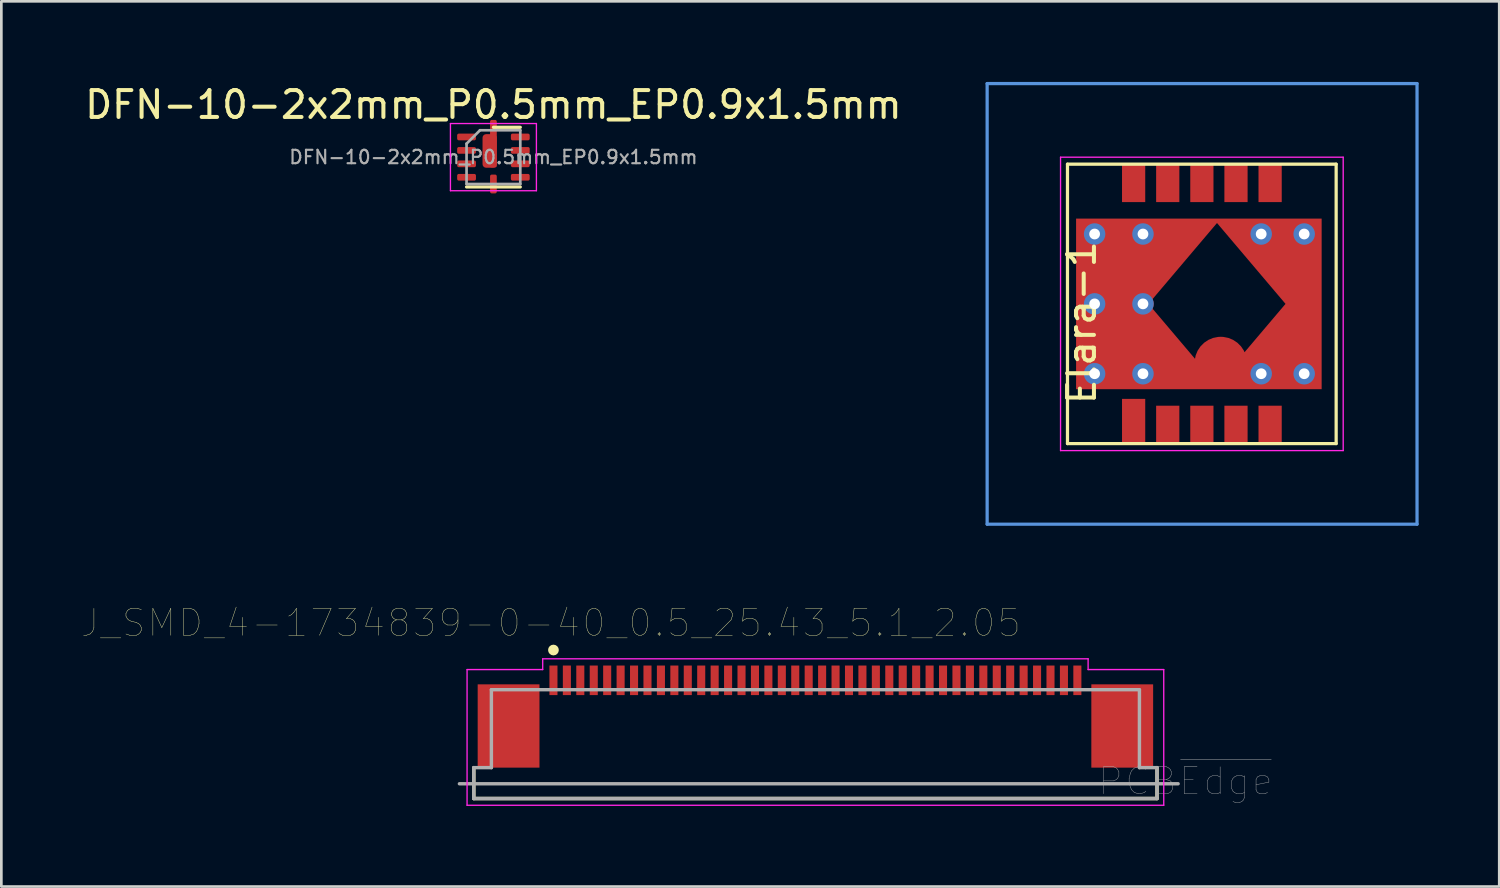
<source format=kicad_pcb>
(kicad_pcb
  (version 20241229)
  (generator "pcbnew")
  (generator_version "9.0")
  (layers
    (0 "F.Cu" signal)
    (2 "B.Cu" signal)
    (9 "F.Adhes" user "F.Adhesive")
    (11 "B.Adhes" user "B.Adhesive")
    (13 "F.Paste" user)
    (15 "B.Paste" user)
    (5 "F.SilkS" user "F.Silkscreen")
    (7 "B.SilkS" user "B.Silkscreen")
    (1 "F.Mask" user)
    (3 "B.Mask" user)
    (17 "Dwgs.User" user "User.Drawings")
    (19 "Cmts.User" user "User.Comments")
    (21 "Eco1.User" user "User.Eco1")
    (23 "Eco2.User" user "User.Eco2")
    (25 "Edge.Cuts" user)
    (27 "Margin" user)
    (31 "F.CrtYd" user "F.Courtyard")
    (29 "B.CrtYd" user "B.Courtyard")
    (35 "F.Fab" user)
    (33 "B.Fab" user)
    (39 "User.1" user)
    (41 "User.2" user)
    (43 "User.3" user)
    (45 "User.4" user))
  (footprint "J_SMD_4-1734839-0-40_0.5_25.43_5.1_2.05"
    (layer "F.Cu")
    (at 27.299 22.271)
    (property "Reference" "J_SMD_4-1734839-0-40_0.5_25.43_5.1_2.05" (at -9.844 -2.139 0) (layer "F.SilkS") (effects (font (size 1.002 1.002) (thickness 0.015))))
    (attr through_hole)
    (fp_line (start -12.715 3.25) (end -12.715 4.4) (stroke (width 0.127) (type solid)) (layer "F.SilkS"))
    (fp_line (start -12.715 4.4) (end 12.715 4.4) (stroke (width 0.127) (type solid)) (layer "F.SilkS"))
    (fp_line (start 12.715 4.4) (end 12.715 3.25) (stroke (width 0.127) (type solid)) (layer "F.SilkS"))
    (fp_circle (center -9.75 -1.127) (end -9.65 -1.127) (stroke (width 0.2) (type solid)) (fill no) (layer "F.SilkS"))
    (fp_line (start -12.965 -0.4) (end -10.15 -0.4) (stroke (width 0.05) (type solid)) (layer "F.CrtYd"))
    (fp_line (start -12.965 4.65) (end -12.965 -0.4) (stroke (width 0.05) (type solid)) (layer "F.CrtYd"))
    (fp_line (start -10.15 -0.8) (end 10.15 -0.8) (stroke (width 0.05) (type solid)) (layer "F.CrtYd"))
    (fp_line (start -10.15 -0.4) (end -10.15 -0.8) (stroke (width 0.05) (type solid)) (layer "F.CrtYd"))
    (fp_line (start 10.15 -0.8) (end 10.15 -0.4) (stroke (width 0.05) (type solid)) (layer "F.CrtYd"))
    (fp_line (start 10.15 -0.4) (end 12.965 -0.4) (stroke (width 0.05) (type solid)) (layer "F.CrtYd"))
    (fp_line (start 12.965 -0.4) (end 12.965 4.65) (stroke (width 0.05) (type solid)) (layer "F.CrtYd"))
    (fp_line (start 12.965 4.65) (end -12.965 4.65) (stroke (width 0.05) (type solid)) (layer "F.CrtYd"))
    (fp_line (start -13.25 3.85) (end 13.5 3.85) (stroke (width 0.127) (type solid)) (layer "F.Fab"))
    (fp_line (start -12.715 3.25) (end -12.715 4.4) (stroke (width 0.127) (type solid)) (layer "F.Fab"))
    (fp_line (start -12.715 4.4) (end 12.715 4.4) (stroke (width 0.127) (type solid)) (layer "F.Fab"))
    (fp_line (start -12.06 0.35) (end -12.06 3.25) (stroke (width 0.127) (type solid)) (layer "F.Fab"))
    (fp_line (start -12.06 3.25) (end -12.715 3.25) (stroke (width 0.127) (type solid)) (layer "F.Fab"))
    (fp_line (start 12.06 0.35) (end -12.06 0.35) (stroke (width 0.127) (type solid)) (layer "F.Fab"))
    (fp_line (start 12.06 3.25) (end 12.06 0.35) (stroke (width 0.127) (type solid)) (layer "F.Fab"))
    (fp_line (start 12.715 3.25) (end 12.06 3.25) (stroke (width 0.127) (type solid)) (layer "F.Fab"))
    (fp_line (start 12.715 4.4) (end 12.715 3.25) (stroke (width 0.127) (type solid)) (layer "F.Fab"))
    (fp_text user "PCB~{Edge}" (at 13.776 3.757 0) (layer "F.Fab") (effects (font (size 1.002 1.002) (thickness 0.015))))
    (pad "1" smd rect (at -9.75 0) (size 0.3 1.1) (layers "F.Cu" "F.Mask" "F.Paste"))
    (pad "2" smd rect (at -9.25 0) (size 0.3 1.1) (layers "F.Cu" "F.Mask" "F.Paste"))
    (pad "3" smd rect (at -8.75 0) (size 0.3 1.1) (layers "F.Cu" "F.Mask" "F.Paste"))
    (pad "4" smd rect (at -8.25 0) (size 0.3 1.1) (layers "F.Cu" "F.Mask" "F.Paste"))
    (pad "5" smd rect (at -7.75 0) (size 0.3 1.1) (layers "F.Cu" "F.Mask" "F.Paste"))
    (pad "6" smd rect (at -7.25 0) (size 0.3 1.1) (layers "F.Cu" "F.Mask" "F.Paste"))
    (pad "7" smd rect (at -6.75 0) (size 0.3 1.1) (layers "F.Cu" "F.Mask" "F.Paste"))
    (pad "8" smd rect (at -6.25 0) (size 0.3 1.1) (layers "F.Cu" "F.Mask" "F.Paste"))
    (pad "9" smd rect (at -5.75 0) (size 0.3 1.1) (layers "F.Cu" "F.Mask" "F.Paste"))
    (pad "10" smd rect (at -5.25 0) (size 0.3 1.1) (layers "F.Cu" "F.Mask" "F.Paste"))
    (pad "11" smd rect (at -4.75 0) (size 0.3 1.1) (layers "F.Cu" "F.Mask" "F.Paste"))
    (pad "12" smd rect (at -4.25 0) (size 0.3 1.1) (layers "F.Cu" "F.Mask" "F.Paste"))
    (pad "13" smd rect (at -3.75 0) (size 0.3 1.1) (layers "F.Cu" "F.Mask" "F.Paste"))
    (pad "14" smd rect (at -3.25 0) (size 0.3 1.1) (layers "F.Cu" "F.Mask" "F.Paste"))
    (pad "15" smd rect (at -2.75 0) (size 0.3 1.1) (layers "F.Cu" "F.Mask" "F.Paste"))
    (pad "16" smd rect (at -2.25 0) (size 0.3 1.1) (layers "F.Cu" "F.Mask" "F.Paste"))
    (pad "17" smd rect (at -1.75 0) (size 0.3 1.1) (layers "F.Cu" "F.Mask" "F.Paste"))
    (pad "18" smd rect (at -1.25 0) (size 0.3 1.1) (layers "F.Cu" "F.Mask" "F.Paste"))
    (pad "19" smd rect (at -0.75 0) (size 0.3 1.1) (layers "F.Cu" "F.Mask" "F.Paste"))
    (pad "20" smd rect (at -0.25 0) (size 0.3 1.1) (layers "F.Cu" "F.Mask" "F.Paste"))
    (pad "21" smd rect (at 0.25 0) (size 0.3 1.1) (layers "F.Cu" "F.Mask" "F.Paste"))
    (pad "22" smd rect (at 0.75 0) (size 0.3 1.1) (layers "F.Cu" "F.Mask" "F.Paste"))
    (pad "23" smd rect (at 1.25 0) (size 0.3 1.1) (layers "F.Cu" "F.Mask" "F.Paste"))
    (pad "24" smd rect (at 1.75 0) (size 0.3 1.1) (layers "F.Cu" "F.Mask" "F.Paste"))
    (pad "25" smd rect (at 2.25 0) (size 0.3 1.1) (layers "F.Cu" "F.Mask" "F.Paste"))
    (pad "26" smd rect (at 2.75 0) (size 0.3 1.1) (layers "F.Cu" "F.Mask" "F.Paste"))
    (pad "27" smd rect (at 3.25 0) (size 0.3 1.1) (layers "F.Cu" "F.Mask" "F.Paste"))
    (pad "28" smd rect (at 3.75 0) (size 0.3 1.1) (layers "F.Cu" "F.Mask" "F.Paste"))
    (pad "29" smd rect (at 4.25 0) (size 0.3 1.1) (layers "F.Cu" "F.Mask" "F.Paste"))
    (pad "30" smd rect (at 4.75 0) (size 0.3 1.1) (layers "F.Cu" "F.Mask" "F.Paste"))
    (pad "31" smd rect (at 5.25 0) (size 0.3 1.1) (layers "F.Cu" "F.Mask" "F.Paste"))
    (pad "32" smd rect (at 5.75 0) (size 0.3 1.1) (layers "F.Cu" "F.Mask" "F.Paste"))
    (pad "33" smd rect (at 6.25 0) (size 0.3 1.1) (layers "F.Cu" "F.Mask" "F.Paste"))
    (pad "34" smd rect (at 6.75 0) (size 0.3 1.1) (layers "F.Cu" "F.Mask" "F.Paste"))
    (pad "35" smd rect (at 7.25 0) (size 0.3 1.1) (layers "F.Cu" "F.Mask" "F.Paste"))
    (pad "36" smd rect (at 7.75 0) (size 0.3 1.1) (layers "F.Cu" "F.Mask" "F.Paste"))
    (pad "37" smd rect (at 8.25 0) (size 0.3 1.1) (layers "F.Cu" "F.Mask" "F.Paste"))
    (pad "38" smd rect (at 8.75 0) (size 0.3 1.1) (layers "F.Cu" "F.Mask" "F.Paste"))
    (pad "39" smd rect (at 9.25 0) (size 0.3 1.1) (layers "F.Cu" "F.Mask" "F.Paste"))
    (pad "40" smd rect (at 9.75 0) (size 0.3 1.1) (layers "F.Cu" "F.Mask" "F.Paste"))
    (pad "SH" smd rect (at -11.42 1.7) (size 2.3 3.1) (layers "F.Cu" "F.Mask" "F.Paste"))
    (pad "SH" smd rect (at 11.42 1.7) (size 2.3 3.1) (layers "F.Cu" "F.Mask" "F.Paste")))
  (footprint "Elara-1"
    (layer "F.Cu")
    (at 41.783 8.061)
    (property "Reference" "Elara-1" (at -4.572 0.9 90) (layer "F.SilkS") (effects (font (size 1 1) (thickness 0.15))))
    (attr smd)
    (fp_line (start -5.102 -5.001) (end 4.898 -5.001) (stroke (width 0.12) (type solid)) (layer "F.SilkS"))
    (fp_line (start -5.102 5.399) (end -5.102 -5.001) (stroke (width 0.12) (type solid)) (layer "F.SilkS"))
    (fp_line (start -5.102 5.399) (end 4.898 5.399) (stroke (width 0.12) (type solid)) (layer "F.SilkS"))
    (fp_line (start 4.898 5.399) (end 4.898 -5.001) (stroke (width 0.12) (type solid)) (layer "F.SilkS"))
    (fp_line (start -8.092 -8.001) (end -8.092 8.399) (stroke (width 0.12) (type solid)) (layer "Cmts.User"))
    (fp_line (start -8.092 8.399) (end 7.908 8.399) (stroke (width 0.12) (type solid)) (layer "Cmts.User"))
    (fp_line (start 7.908 -8.001) (end -8.092 -8.001) (stroke (width 0.12) (type solid)) (layer "Cmts.User"))
    (fp_line (start 7.908 8.399) (end 7.908 -8.001) (stroke (width 0.12) (type solid)) (layer "Cmts.User"))
    (fp_line (start -5.36 -5.26) (end 5.16 -5.26) (stroke (width 0.05) (type solid)) (layer "F.CrtYd"))
    (fp_line (start -5.36 5.66) (end -5.36 -5.26) (stroke (width 0.05) (type solid)) (layer "F.CrtYd"))
    (fp_line (start 5.158 5.66) (end -5.36 5.66) (stroke (width 0.05) (type solid)) (layer "F.CrtYd"))
    (fp_line (start 5.16 -5.26) (end 5.16 5.66) (stroke (width 0.05) (type solid)) (layer "F.CrtYd"))
    (fp_text user "COPPER KEEPOUT" (at 6.408 0.199 90) (layer "B.Adhes") (effects (font (size 1 1) (thickness 0.15))))
    (pad "1" smd rect (at -2.64 4.573) (size 0.864 1.676) (layers "F.Cu" "F.Mask" "F.Paste"))
    (pad "2" smd rect (at -1.37 4.7) (size 0.864 1.422) (layers "F.Cu" "F.Mask" "F.Paste"))
    (pad "3" smd rect (at -0.1 4.7) (size 0.864 1.422) (layers "F.Cu" "F.Mask" "F.Paste"))
    (pad "4" smd rect (at 1.17 4.7) (size 0.864 1.422) (layers "F.Cu" "F.Mask" "F.Paste"))
    (pad "5" smd custom (at -4.532 0.199) (size 0.5 6.35) (layers "F.Cu") (options (anchor rect)) (primitives (gr_poly (pts (xy 0 -3.175) (xy 0 3.175) (xy 5.135 3.175) (xy 2.445 0) (xy 5.135 -3.175)) (width 0) (fill yes)) (gr_arc (start 5.135 2.2) (mid 5.135 -2.2) (end 5.135 2.2) (width 1.95)) (gr_poly (pts (xy 8.89 3.175) (xy 8.89 -3.175) (xy 4.855 -3.175) (xy 7.545 0) (xy 4.855 3.175)) (width 0) (fill yes))))
    (pad "5" thru_hole circle (at -4.092 -2.401) (size 0.8 0.8) (drill 0.4) (layers "*.Cu"))
    (pad "5" thru_hole circle (at -4.092 0.199) (size 0.8 0.8) (drill 0.4) (layers "*.Cu"))
    (pad "5" thru_hole circle (at -4.092 2.799) (size 0.8 0.8) (drill 0.4) (layers "*.Cu"))
    (pad "5" thru_hole circle (at -2.292 -2.401) (size 0.8 0.8) (drill 0.4) (layers "*.Cu"))
    (pad "5" thru_hole circle (at -2.292 0.199) (size 0.8 0.8) (drill 0.4) (layers "*.Cu"))
    (pad "5" thru_hole circle (at -2.292 2.799) (size 0.8 0.8) (drill 0.4) (layers "*.Cu"))
    (pad "5" thru_hole circle (at 2.108 -2.401) (size 0.8 0.8) (drill 0.4) (layers "*.Cu"))
    (pad "5" thru_hole circle (at 2.108 2.799) (size 0.8 0.8) (drill 0.4) (layers "*.Cu"))
    (pad "5" smd rect (at 2.44 4.7) (size 0.864 1.422) (layers "F.Cu" "F.Mask" "F.Paste"))
    (pad "5" thru_hole circle (at 3.708 -2.401) (size 0.8 0.8) (drill 0.4) (layers "*.Cu"))
    (pad "5" thru_hole circle (at 3.708 2.799) (size 0.8 0.8) (drill 0.4) (layers "*.Cu"))
    (pad "6" smd rect (at 2.44 -4.3) (size 0.864 1.422) (layers "F.Cu" "F.Mask" "F.Paste"))
    (pad "7" smd rect (at 1.17 -4.3) (size 0.864 1.422) (layers "F.Cu" "F.Mask" "F.Paste"))
    (pad "8" smd rect (at -0.1 -4.3) (size 0.864 1.422) (layers "F.Cu" "F.Mask" "F.Paste"))
    (pad "9" smd rect (at -1.37 -4.3) (size 0.864 1.422) (layers "F.Cu" "F.Mask" "F.Paste"))
    (pad "10" smd rect (at -2.64 -4.3) (size 0.864 1.422) (layers "F.Cu" "F.Mask" "F.Paste")))
  (footprint "DFN-10-2x2mm_P0.5mm_EP0.9x1.5mm"
    (layer "F.Cu")
    (at 15.315 2.798)
    (property "Reference" "DFN-10-2x2mm_P0.5mm_EP0.9x1.5mm" (at 0 -1.95 0) (layer "F.SilkS") (effects (font (size 1 1) (thickness 0.15))))
    (attr smd)
    (fp_line (start -1 1.11) (end 1 1.11) (stroke (width 0.12) (type solid)) (layer "F.SilkS"))
    (fp_line (start 0 -1.11) (end 1 -1.11) (stroke (width 0.12) (type solid)) (layer "F.SilkS"))
    (fp_line (start -1.6 -1.25) (end -1.6 1.25) (stroke (width 0.05) (type solid)) (layer "F.CrtYd"))
    (fp_line (start -1.6 1.25) (end 1.6 1.25) (stroke (width 0.05) (type solid)) (layer "F.CrtYd"))
    (fp_line (start 1.6 -1.25) (end -1.6 -1.25) (stroke (width 0.05) (type solid)) (layer "F.CrtYd"))
    (fp_line (start 1.6 1.25) (end 1.6 -1.25) (stroke (width 0.05) (type solid)) (layer "F.CrtYd"))
    (fp_line (start -1 -0.5) (end -0.5 -1) (stroke (width 0.1) (type solid)) (layer "F.Fab"))
    (fp_line (start -1 1) (end -1 -0.5) (stroke (width 0.1) (type solid)) (layer "F.Fab"))
    (fp_line (start -0.5 -1) (end 1 -1) (stroke (width 0.1) (type solid)) (layer "F.Fab"))
    (fp_line (start 1 -1) (end 1 1) (stroke (width 0.1) (type solid)) (layer "F.Fab"))
    (fp_line (start 1 1) (end -1 1) (stroke (width 0.1) (type solid)) (layer "F.Fab"))
    (fp_text user "${REFERENCE}" (at 0 0 0) (layer "F.Fab") (effects (font (size 0.5 0.5) (thickness 0.08))))
    (pad "1" smd roundrect (at -1 -0.75) (size 0.7 0.25) (layers "F.Cu" "F.Mask" "F.Paste") (roundrect_rratio 0.25))
    (pad "2" smd roundrect (at -1 -0.25) (size 0.7 0.25) (layers "F.Cu" "F.Mask" "F.Paste") (roundrect_rratio 0.25))
    (pad "3" smd roundrect (at -1 0.25) (size 0.7 0.25) (layers "F.Cu" "F.Mask" "F.Paste") (roundrect_rratio 0.25))
    (pad "4" smd roundrect (at -1 0.75) (size 0.7 0.25) (layers "F.Cu" "F.Mask" "F.Paste") (roundrect_rratio 0.25))
    (pad "5" smd roundrect (at 0 1 90) (size 0.7 0.25) (layers "F.Cu" "F.Mask" "F.Paste") (roundrect_rratio 0.25))
    (pad "6" smd roundrect (at 1 0.75) (size 0.7 0.25) (layers "F.Cu" "F.Mask" "F.Paste") (roundrect_rratio 0.25))
    (pad "7" smd roundrect (at 1 0.25) (size 0.7 0.25) (layers "F.Cu" "F.Mask" "F.Paste") (roundrect_rratio 0.25))
    (pad "8" smd roundrect (at 1 -0.25) (size 0.7 0.25) (layers "F.Cu" "F.Mask" "F.Paste") (roundrect_rratio 0.25))
    (pad "9" smd roundrect (at 1 -0.75) (size 0.7 0.25) (layers "F.Cu" "F.Mask" "F.Paste") (roundrect_rratio 0.25))
    (pad "10" smd roundrect (at -0.14 -0.23) (size 0.53 1.25) (layers "F.Cu" "F.Mask") (roundrect_rratio 0.25))
    (pad "10" smd roundrect (at 0 -0.5 90) (size 1.77 0.25) (layers "F.Cu" "F.Mask" "F.Paste") (roundrect_rratio 0.25)))
  (gr_rect
    (start -3 -3)
    (end 52.751 29.946)
    (stroke (width 0.1) (type default))
    (fill no)
    (layer "Edge.Cuts")))
</source>
